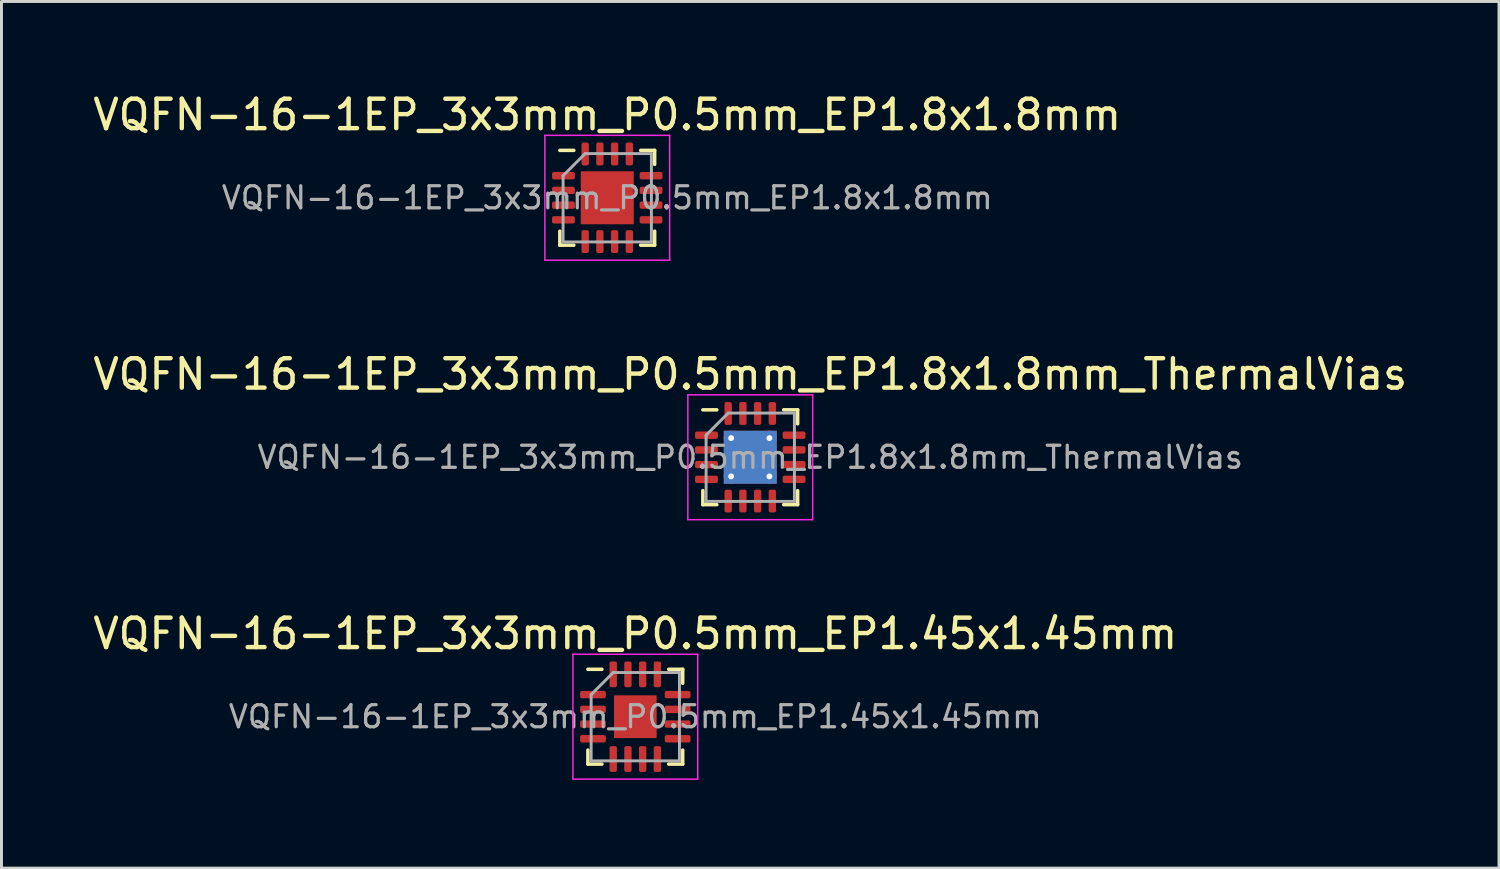
<source format=kicad_pcb>
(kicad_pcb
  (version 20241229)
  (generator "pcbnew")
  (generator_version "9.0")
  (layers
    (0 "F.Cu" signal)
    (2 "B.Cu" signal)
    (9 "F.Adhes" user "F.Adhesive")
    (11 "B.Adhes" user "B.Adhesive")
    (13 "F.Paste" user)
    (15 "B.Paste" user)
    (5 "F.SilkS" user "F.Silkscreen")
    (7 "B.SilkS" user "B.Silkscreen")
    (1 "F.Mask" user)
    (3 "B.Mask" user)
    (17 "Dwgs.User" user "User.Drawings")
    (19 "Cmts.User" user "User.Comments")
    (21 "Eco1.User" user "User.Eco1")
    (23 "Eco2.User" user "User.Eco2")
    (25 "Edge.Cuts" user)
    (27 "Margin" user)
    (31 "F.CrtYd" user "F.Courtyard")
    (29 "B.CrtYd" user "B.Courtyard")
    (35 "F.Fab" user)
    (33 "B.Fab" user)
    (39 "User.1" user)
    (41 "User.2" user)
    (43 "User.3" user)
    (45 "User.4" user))
  (footprint "VQFN-16-1EP_3x3mm_P0.5mm_EP1.8x1.8mm_ThermalVias"
    (layer "F.Cu")
    (at 22.435 12.482)
    (property "Reference" "VQFN-16-1EP_3x3mm_P0.5mm_EP1.8x1.8mm_ThermalVias" (at 0 -2.82 0) (layer "F.SilkS") (effects (font (size 1 1) (thickness 0.15))))
    (attr smd)
    (fp_line (start -1.61 1.61) (end -1.61 1.135) (stroke (width 0.12) (type solid)) (layer "F.SilkS"))
    (fp_line (start -1.135 -1.61) (end -1.61 -1.61) (stroke (width 0.12) (type solid)) (layer "F.SilkS"))
    (fp_line (start -1.135 1.61) (end -1.61 1.61) (stroke (width 0.12) (type solid)) (layer "F.SilkS"))
    (fp_line (start 1.135 -1.61) (end 1.61 -1.61) (stroke (width 0.12) (type solid)) (layer "F.SilkS"))
    (fp_line (start 1.135 1.61) (end 1.61 1.61) (stroke (width 0.12) (type solid)) (layer "F.SilkS"))
    (fp_line (start 1.61 -1.61) (end 1.61 -1.135) (stroke (width 0.12) (type solid)) (layer "F.SilkS"))
    (fp_line (start 1.61 1.61) (end 1.61 1.135) (stroke (width 0.12) (type solid)) (layer "F.SilkS"))
    (fp_line (start -2.12 -2.12) (end -2.12 2.12) (stroke (width 0.05) (type solid)) (layer "F.CrtYd"))
    (fp_line (start -2.12 2.12) (end 2.12 2.12) (stroke (width 0.05) (type solid)) (layer "F.CrtYd"))
    (fp_line (start 2.12 -2.12) (end -2.12 -2.12) (stroke (width 0.05) (type solid)) (layer "F.CrtYd"))
    (fp_line (start 2.12 2.12) (end 2.12 -2.12) (stroke (width 0.05) (type solid)) (layer "F.CrtYd"))
    (fp_line (start -1.5 -0.75) (end -0.75 -1.5) (stroke (width 0.1) (type solid)) (layer "F.Fab"))
    (fp_line (start -1.5 1.5) (end -1.5 -0.75) (stroke (width 0.1) (type solid)) (layer "F.Fab"))
    (fp_line (start -0.75 -1.5) (end 1.5 -1.5) (stroke (width 0.1) (type solid)) (layer "F.Fab"))
    (fp_line (start 1.5 -1.5) (end 1.5 1.5) (stroke (width 0.1) (type solid)) (layer "F.Fab"))
    (fp_line (start 1.5 1.5) (end -1.5 1.5) (stroke (width 0.1) (type solid)) (layer "F.Fab"))
    (fp_text user "${REFERENCE}" (at 0 0 0) (layer "F.Fab") (effects (font (size 0.75 0.75) (thickness 0.11))))
    (pad "" smd roundrect (at -0.45 -0.45) (size 0.78 0.78) (layers "F.Paste") (roundrect_rratio 0.25))
    (pad "" smd roundrect (at -0.45 0.45) (size 0.78 0.78) (layers "F.Paste") (roundrect_rratio 0.25))
    (pad "" smd roundrect (at 0.45 -0.45) (size 0.78 0.78) (layers "F.Paste") (roundrect_rratio 0.25))
    (pad "" smd roundrect (at 0.45 0.45) (size 0.78 0.78) (layers "F.Paste") (roundrect_rratio 0.25))
    (pad "1" smd roundrect (at -1.488 -0.75) (size 0.775 0.25) (layers "F.Cu" "F.Mask" "F.Paste") (roundrect_rratio 0.25))
    (pad "2" smd roundrect (at -1.488 -0.25) (size 0.775 0.25) (layers "F.Cu" "F.Mask" "F.Paste") (roundrect_rratio 0.25))
    (pad "3" smd roundrect (at -1.488 0.25) (size 0.775 0.25) (layers "F.Cu" "F.Mask" "F.Paste") (roundrect_rratio 0.25))
    (pad "4" smd roundrect (at -1.488 0.75) (size 0.775 0.25) (layers "F.Cu" "F.Mask" "F.Paste") (roundrect_rratio 0.25))
    (pad "5" smd roundrect (at -0.75 1.488) (size 0.25 0.775) (layers "F.Cu" "F.Mask" "F.Paste") (roundrect_rratio 0.25))
    (pad "6" smd roundrect (at -0.25 1.488) (size 0.25 0.775) (layers "F.Cu" "F.Mask" "F.Paste") (roundrect_rratio 0.25))
    (pad "7" smd roundrect (at 0.25 1.488) (size 0.25 0.775) (layers "F.Cu" "F.Mask" "F.Paste") (roundrect_rratio 0.25))
    (pad "8" smd roundrect (at 0.75 1.488) (size 0.25 0.775) (layers "F.Cu" "F.Mask" "F.Paste") (roundrect_rratio 0.25))
    (pad "9" smd roundrect (at 1.488 0.75) (size 0.775 0.25) (layers "F.Cu" "F.Mask" "F.Paste") (roundrect_rratio 0.25))
    (pad "10" smd roundrect (at 1.488 0.25) (size 0.775 0.25) (layers "F.Cu" "F.Mask" "F.Paste") (roundrect_rratio 0.25))
    (pad "11" smd roundrect (at 1.488 -0.25) (size 0.775 0.25) (layers "F.Cu" "F.Mask" "F.Paste") (roundrect_rratio 0.25))
    (pad "12" smd roundrect (at 1.488 -0.75) (size 0.775 0.25) (layers "F.Cu" "F.Mask" "F.Paste") (roundrect_rratio 0.25))
    (pad "13" smd roundrect (at 0.75 -1.488) (size 0.25 0.775) (layers "F.Cu" "F.Mask" "F.Paste") (roundrect_rratio 0.25))
    (pad "14" smd roundrect (at 0.25 -1.488) (size 0.25 0.775) (layers "F.Cu" "F.Mask" "F.Paste") (roundrect_rratio 0.25))
    (pad "15" smd roundrect (at -0.25 -1.488) (size 0.25 0.775) (layers "F.Cu" "F.Mask" "F.Paste") (roundrect_rratio 0.25))
    (pad "16" smd roundrect (at -0.75 -1.488) (size 0.25 0.775) (layers "F.Cu" "F.Mask" "F.Paste") (roundrect_rratio 0.25))
    (pad "17" thru_hole circle (at -0.65 -0.65) (size 0.5 0.5) (drill 0.2) (layers "*.Cu"))
    (pad "17" thru_hole circle (at -0.65 0.65) (size 0.5 0.5) (drill 0.2) (layers "*.Cu"))
    (pad "17" smd rect (at 0 0) (size 1.8 1.8) (layers "F.Cu" "F.Mask"))
    (pad "17" smd rect (at 0 0) (size 1.8 1.8) (layers "B.Cu"))
    (pad "17" thru_hole circle (at 0.65 -0.65) (size 0.5 0.5) (drill 0.2) (layers "*.Cu"))
    (pad "17" thru_hole circle (at 0.65 0.65) (size 0.5 0.5) (drill 0.2) (layers "*.Cu")))
  (footprint "VQFN-16-1EP_3x3mm_P0.5mm_EP1.8x1.8mm"
    (layer "F.Cu")
    (at 17.577 3.668)
    (property "Reference" "VQFN-16-1EP_3x3mm_P0.5mm_EP1.8x1.8mm" (at 0 -2.82 0) (layer "F.SilkS") (effects (font (size 1 1) (thickness 0.15))))
    (attr smd)
    (fp_line (start -1.61 1.61) (end -1.61 1.135) (stroke (width 0.12) (type solid)) (layer "F.SilkS"))
    (fp_line (start -1.135 -1.61) (end -1.61 -1.61) (stroke (width 0.12) (type solid)) (layer "F.SilkS"))
    (fp_line (start -1.135 1.61) (end -1.61 1.61) (stroke (width 0.12) (type solid)) (layer "F.SilkS"))
    (fp_line (start 1.135 -1.61) (end 1.61 -1.61) (stroke (width 0.12) (type solid)) (layer "F.SilkS"))
    (fp_line (start 1.135 1.61) (end 1.61 1.61) (stroke (width 0.12) (type solid)) (layer "F.SilkS"))
    (fp_line (start 1.61 -1.61) (end 1.61 -1.135) (stroke (width 0.12) (type solid)) (layer "F.SilkS"))
    (fp_line (start 1.61 1.61) (end 1.61 1.135) (stroke (width 0.12) (type solid)) (layer "F.SilkS"))
    (fp_line (start -2.12 -2.12) (end -2.12 2.12) (stroke (width 0.05) (type solid)) (layer "F.CrtYd"))
    (fp_line (start -2.12 2.12) (end 2.12 2.12) (stroke (width 0.05) (type solid)) (layer "F.CrtYd"))
    (fp_line (start 2.12 -2.12) (end -2.12 -2.12) (stroke (width 0.05) (type solid)) (layer "F.CrtYd"))
    (fp_line (start 2.12 2.12) (end 2.12 -2.12) (stroke (width 0.05) (type solid)) (layer "F.CrtYd"))
    (fp_line (start -1.5 -0.75) (end -0.75 -1.5) (stroke (width 0.1) (type solid)) (layer "F.Fab"))
    (fp_line (start -1.5 1.5) (end -1.5 -0.75) (stroke (width 0.1) (type solid)) (layer "F.Fab"))
    (fp_line (start -0.75 -1.5) (end 1.5 -1.5) (stroke (width 0.1) (type solid)) (layer "F.Fab"))
    (fp_line (start 1.5 -1.5) (end 1.5 1.5) (stroke (width 0.1) (type solid)) (layer "F.Fab"))
    (fp_line (start 1.5 1.5) (end -1.5 1.5) (stroke (width 0.1) (type solid)) (layer "F.Fab"))
    (fp_text user "${REFERENCE}" (at 0 0 0) (layer "F.Fab") (effects (font (size 0.75 0.75) (thickness 0.11))))
    (pad "" smd roundrect (at -0.45 -0.45) (size 0.73 0.73) (layers "F.Paste") (roundrect_rratio 0.25))
    (pad "" smd roundrect (at -0.45 0.45) (size 0.73 0.73) (layers "F.Paste") (roundrect_rratio 0.25))
    (pad "" smd roundrect (at 0.45 -0.45) (size 0.73 0.73) (layers "F.Paste") (roundrect_rratio 0.25))
    (pad "" smd roundrect (at 0.45 0.45) (size 0.73 0.73) (layers "F.Paste") (roundrect_rratio 0.25))
    (pad "1" smd roundrect (at -1.488 -0.75) (size 0.775 0.25) (layers "F.Cu" "F.Mask" "F.Paste") (roundrect_rratio 0.25))
    (pad "2" smd roundrect (at -1.488 -0.25) (size 0.775 0.25) (layers "F.Cu" "F.Mask" "F.Paste") (roundrect_rratio 0.25))
    (pad "3" smd roundrect (at -1.488 0.25) (size 0.775 0.25) (layers "F.Cu" "F.Mask" "F.Paste") (roundrect_rratio 0.25))
    (pad "4" smd roundrect (at -1.488 0.75) (size 0.775 0.25) (layers "F.Cu" "F.Mask" "F.Paste") (roundrect_rratio 0.25))
    (pad "5" smd roundrect (at -0.75 1.488) (size 0.25 0.775) (layers "F.Cu" "F.Mask" "F.Paste") (roundrect_rratio 0.25))
    (pad "6" smd roundrect (at -0.25 1.488) (size 0.25 0.775) (layers "F.Cu" "F.Mask" "F.Paste") (roundrect_rratio 0.25))
    (pad "7" smd roundrect (at 0.25 1.488) (size 0.25 0.775) (layers "F.Cu" "F.Mask" "F.Paste") (roundrect_rratio 0.25))
    (pad "8" smd roundrect (at 0.75 1.488) (size 0.25 0.775) (layers "F.Cu" "F.Mask" "F.Paste") (roundrect_rratio 0.25))
    (pad "9" smd roundrect (at 1.488 0.75) (size 0.775 0.25) (layers "F.Cu" "F.Mask" "F.Paste") (roundrect_rratio 0.25))
    (pad "10" smd roundrect (at 1.488 0.25) (size 0.775 0.25) (layers "F.Cu" "F.Mask" "F.Paste") (roundrect_rratio 0.25))
    (pad "11" smd roundrect (at 1.488 -0.25) (size 0.775 0.25) (layers "F.Cu" "F.Mask" "F.Paste") (roundrect_rratio 0.25))
    (pad "12" smd roundrect (at 1.488 -0.75) (size 0.775 0.25) (layers "F.Cu" "F.Mask" "F.Paste") (roundrect_rratio 0.25))
    (pad "13" smd roundrect (at 0.75 -1.488) (size 0.25 0.775) (layers "F.Cu" "F.Mask" "F.Paste") (roundrect_rratio 0.25))
    (pad "14" smd roundrect (at 0.25 -1.488) (size 0.25 0.775) (layers "F.Cu" "F.Mask" "F.Paste") (roundrect_rratio 0.25))
    (pad "15" smd roundrect (at -0.25 -1.488) (size 0.25 0.775) (layers "F.Cu" "F.Mask" "F.Paste") (roundrect_rratio 0.25))
    (pad "16" smd roundrect (at -0.75 -1.488) (size 0.25 0.775) (layers "F.Cu" "F.Mask" "F.Paste") (roundrect_rratio 0.25))
    (pad "17" smd rect (at 0 0) (size 1.8 1.8) (layers "F.Cu" "F.Mask")))
  (footprint "VQFN-16-1EP_3x3mm_P0.5mm_EP1.45x1.45mm"
    (layer "F.Cu")
    (at 18.53 21.295)
    (property "Reference" "VQFN-16-1EP_3x3mm_P0.5mm_EP1.45x1.45mm" (at 0 -2.82 0) (layer "F.SilkS") (effects (font (size 1 1) (thickness 0.15))))
    (attr smd)
    (fp_line (start -1.61 1.61) (end -1.61 1.135) (stroke (width 0.12) (type solid)) (layer "F.SilkS"))
    (fp_line (start -1.135 -1.61) (end -1.61 -1.61) (stroke (width 0.12) (type solid)) (layer "F.SilkS"))
    (fp_line (start -1.135 1.61) (end -1.61 1.61) (stroke (width 0.12) (type solid)) (layer "F.SilkS"))
    (fp_line (start 1.135 -1.61) (end 1.61 -1.61) (stroke (width 0.12) (type solid)) (layer "F.SilkS"))
    (fp_line (start 1.135 1.61) (end 1.61 1.61) (stroke (width 0.12) (type solid)) (layer "F.SilkS"))
    (fp_line (start 1.61 -1.61) (end 1.61 -1.135) (stroke (width 0.12) (type solid)) (layer "F.SilkS"))
    (fp_line (start 1.61 1.61) (end 1.61 1.135) (stroke (width 0.12) (type solid)) (layer "F.SilkS"))
    (fp_line (start -2.12 -2.12) (end -2.12 2.12) (stroke (width 0.05) (type solid)) (layer "F.CrtYd"))
    (fp_line (start -2.12 2.12) (end 2.12 2.12) (stroke (width 0.05) (type solid)) (layer "F.CrtYd"))
    (fp_line (start 2.12 -2.12) (end -2.12 -2.12) (stroke (width 0.05) (type solid)) (layer "F.CrtYd"))
    (fp_line (start 2.12 2.12) (end 2.12 -2.12) (stroke (width 0.05) (type solid)) (layer "F.CrtYd"))
    (fp_line (start -1.5 -0.75) (end -0.75 -1.5) (stroke (width 0.1) (type solid)) (layer "F.Fab"))
    (fp_line (start -1.5 1.5) (end -1.5 -0.75) (stroke (width 0.1) (type solid)) (layer "F.Fab"))
    (fp_line (start -0.75 -1.5) (end 1.5 -1.5) (stroke (width 0.1) (type solid)) (layer "F.Fab"))
    (fp_line (start 1.5 -1.5) (end 1.5 1.5) (stroke (width 0.1) (type solid)) (layer "F.Fab"))
    (fp_line (start 1.5 1.5) (end -1.5 1.5) (stroke (width 0.1) (type solid)) (layer "F.Fab"))
    (fp_text user "${REFERENCE}" (at 0 0 0) (layer "F.Fab") (effects (font (size 0.75 0.75) (thickness 0.11))))
    (pad "" smd roundrect (at -0.36 -0.36) (size 0.58 0.58) (layers "F.Paste") (roundrect_rratio 0.25))
    (pad "" smd roundrect (at -0.36 0.36) (size 0.58 0.58) (layers "F.Paste") (roundrect_rratio 0.25))
    (pad "" smd roundrect (at 0.36 -0.36) (size 0.58 0.58) (layers "F.Paste") (roundrect_rratio 0.25))
    (pad "" smd roundrect (at 0.36 0.36) (size 0.58 0.58) (layers "F.Paste") (roundrect_rratio 0.25))
    (pad "1" smd roundrect (at -1.438 -0.75) (size 0.875 0.25) (layers "F.Cu" "F.Mask" "F.Paste") (roundrect_rratio 0.25))
    (pad "2" smd roundrect (at -1.438 -0.25) (size 0.875 0.25) (layers "F.Cu" "F.Mask" "F.Paste") (roundrect_rratio 0.25))
    (pad "3" smd roundrect (at -1.438 0.25) (size 0.875 0.25) (layers "F.Cu" "F.Mask" "F.Paste") (roundrect_rratio 0.25))
    (pad "4" smd roundrect (at -1.438 0.75) (size 0.875 0.25) (layers "F.Cu" "F.Mask" "F.Paste") (roundrect_rratio 0.25))
    (pad "5" smd roundrect (at -0.75 1.438) (size 0.25 0.875) (layers "F.Cu" "F.Mask" "F.Paste") (roundrect_rratio 0.25))
    (pad "6" smd roundrect (at -0.25 1.438) (size 0.25 0.875) (layers "F.Cu" "F.Mask" "F.Paste") (roundrect_rratio 0.25))
    (pad "7" smd roundrect (at 0.25 1.438) (size 0.25 0.875) (layers "F.Cu" "F.Mask" "F.Paste") (roundrect_rratio 0.25))
    (pad "8" smd roundrect (at 0.75 1.438) (size 0.25 0.875) (layers "F.Cu" "F.Mask" "F.Paste") (roundrect_rratio 0.25))
    (pad "9" smd roundrect (at 1.438 0.75) (size 0.875 0.25) (layers "F.Cu" "F.Mask" "F.Paste") (roundrect_rratio 0.25))
    (pad "10" smd roundrect (at 1.438 0.25) (size 0.875 0.25) (layers "F.Cu" "F.Mask" "F.Paste") (roundrect_rratio 0.25))
    (pad "11" smd roundrect (at 1.438 -0.25) (size 0.875 0.25) (layers "F.Cu" "F.Mask" "F.Paste") (roundrect_rratio 0.25))
    (pad "12" smd roundrect (at 1.438 -0.75) (size 0.875 0.25) (layers "F.Cu" "F.Mask" "F.Paste") (roundrect_rratio 0.25))
    (pad "13" smd roundrect (at 0.75 -1.438) (size 0.25 0.875) (layers "F.Cu" "F.Mask" "F.Paste") (roundrect_rratio 0.25))
    (pad "14" smd roundrect (at 0.25 -1.438) (size 0.25 0.875) (layers "F.Cu" "F.Mask" "F.Paste") (roundrect_rratio 0.25))
    (pad "15" smd roundrect (at -0.25 -1.438) (size 0.25 0.875) (layers "F.Cu" "F.Mask" "F.Paste") (roundrect_rratio 0.25))
    (pad "16" smd roundrect (at -0.75 -1.438) (size 0.25 0.875) (layers "F.Cu" "F.Mask" "F.Paste") (roundrect_rratio 0.25))
    (pad "17" smd rect (at 0 0) (size 1.45 1.45) (layers "F.Cu" "F.Mask")))
  (gr_rect
    (start -3 -3)
    (end 47.869 26.44)
    (stroke (width 0.1) (type default))
    (fill no)
    (layer "Edge.Cuts")))
</source>
